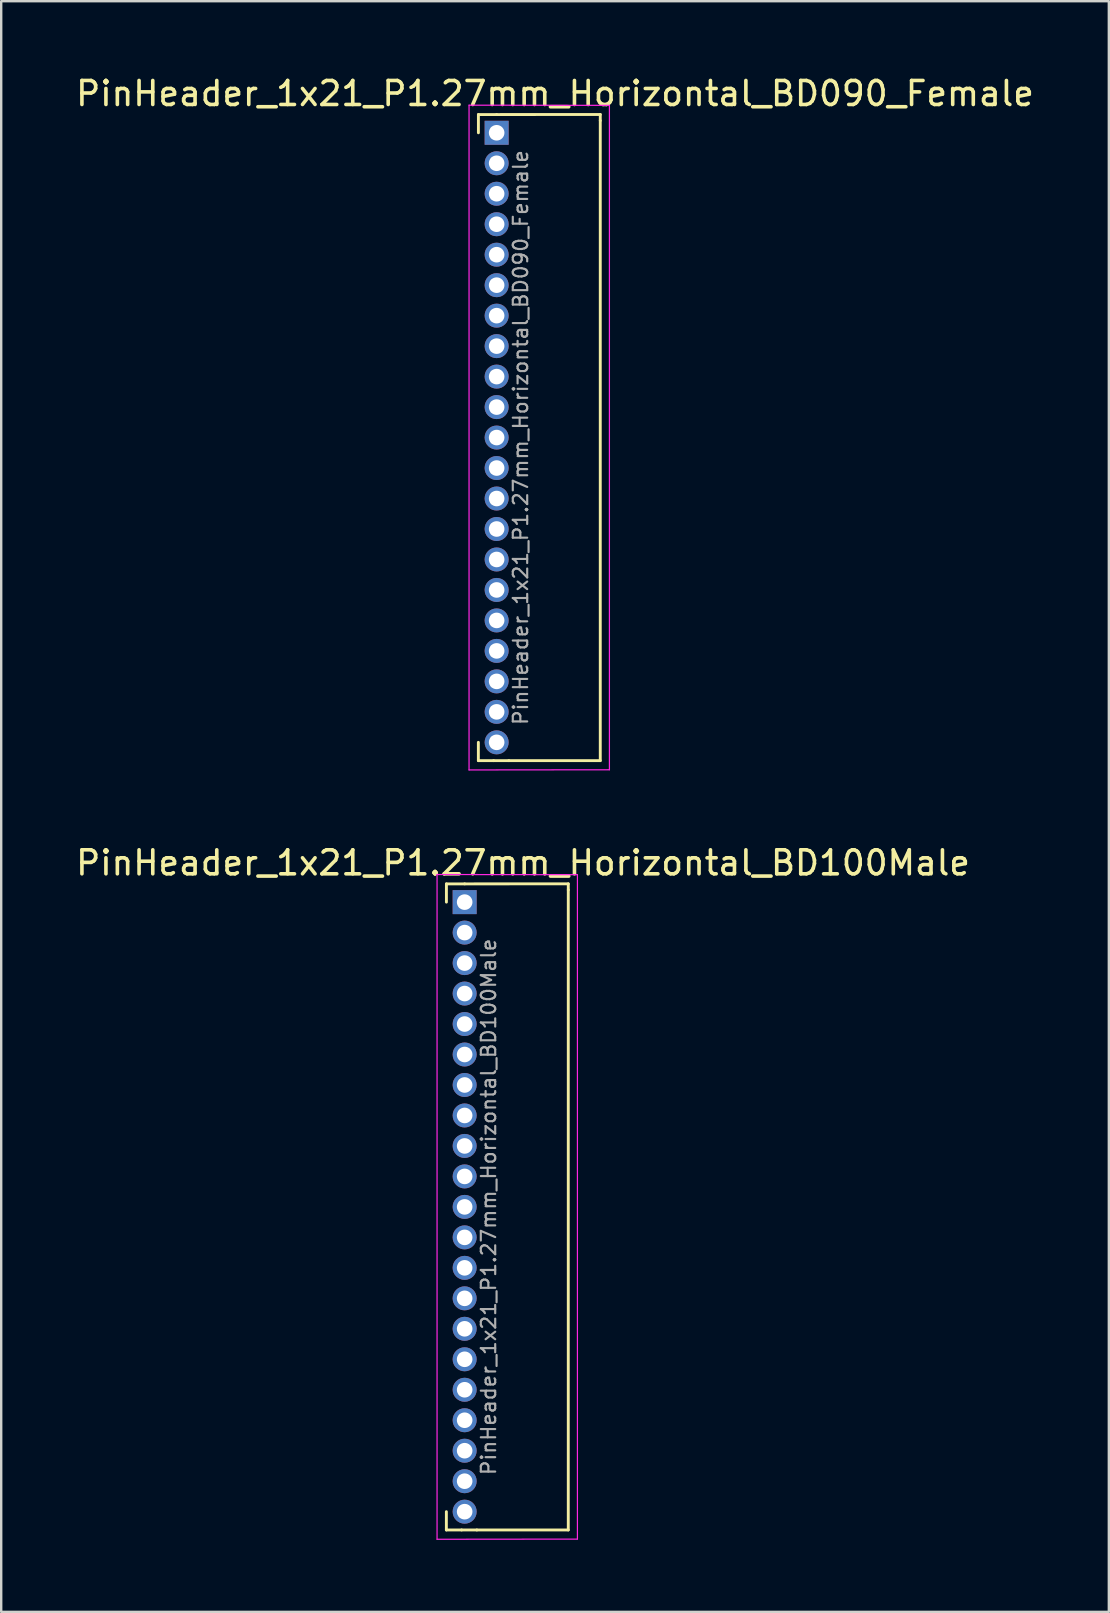
<source format=kicad_pcb>
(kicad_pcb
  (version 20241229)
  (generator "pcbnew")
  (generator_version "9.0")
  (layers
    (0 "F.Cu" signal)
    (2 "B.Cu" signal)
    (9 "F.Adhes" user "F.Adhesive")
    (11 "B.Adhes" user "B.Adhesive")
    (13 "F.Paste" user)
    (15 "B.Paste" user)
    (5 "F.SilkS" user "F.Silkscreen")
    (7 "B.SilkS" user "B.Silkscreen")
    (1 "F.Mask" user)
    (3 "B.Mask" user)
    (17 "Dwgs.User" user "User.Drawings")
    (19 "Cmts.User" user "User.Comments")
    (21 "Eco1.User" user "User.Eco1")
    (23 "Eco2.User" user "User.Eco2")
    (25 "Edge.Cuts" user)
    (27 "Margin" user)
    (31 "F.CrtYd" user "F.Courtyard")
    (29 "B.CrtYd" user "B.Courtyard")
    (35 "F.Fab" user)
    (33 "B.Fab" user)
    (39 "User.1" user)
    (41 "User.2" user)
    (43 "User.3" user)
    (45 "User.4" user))
  (footprint "PinHeader_1x21_P1.27mm_Horizontal_BD090_Female"
    (layer "F.Cu")
    (at 17.645 2.483)
    (property "Reference" "PinHeader_1x21_P1.27mm_Horizontal_BD090_Female" (at 2.433 -1.635 0) (layer "F.SilkS") (effects (font (size 1 1) (thickness 0.15))))
    (attr through_hole)
    (fp_line (start -0.762 26.162) (end -0.762 25.4) (stroke (width 0.12) (type solid)) (layer "F.SilkS"))
    (fp_line (start -0.76 -0.76) (end 0 -0.76) (stroke (width 0.12) (type solid)) (layer "F.SilkS"))
    (fp_line (start -0.76 0) (end -0.76 -0.76) (stroke (width 0.12) (type solid)) (layer "F.SilkS"))
    (fp_line (start -0.127 26.162) (end -0.762 26.162) (stroke (width 0.12) (type solid)) (layer "F.SilkS"))
    (fp_line (start 0 -0.76) (end 4.318 -0.762) (stroke (width 0.12) (type solid)) (layer "F.SilkS"))
    (fp_line (start 0.508 26.162) (end -0.127 26.162) (stroke (width 0.12) (type solid)) (layer "F.SilkS"))
    (fp_line (start 4.318 -0.762) (end 4.318 -0.508) (stroke (width 0.12) (type solid)) (layer "F.SilkS"))
    (fp_line (start 4.318 -0.508) (end 4.318 26.162) (stroke (width 0.12) (type solid)) (layer "F.SilkS"))
    (fp_line (start 4.318 26.162) (end 0.508 26.162) (stroke (width 0.12) (type solid)) (layer "F.SilkS"))
    (fp_line (start -1.15 -1.15) (end -1.15 26.55) (stroke (width 0.05) (type solid)) (layer "F.CrtYd"))
    (fp_line (start -1.15 26.55) (end 4.699 26.543) (stroke (width 0.05) (type solid)) (layer "F.CrtYd"))
    (fp_line (start 4.699 -1.143) (end -1.15 -1.15) (stroke (width 0.05) (type solid)) (layer "F.CrtYd"))
    (fp_line (start 4.699 -1.143) (end 4.699 26.543) (stroke (width 0.05) (type solid)) (layer "F.CrtYd"))
    (fp_line (start -0.2 -0.2) (end -0.2 0.2) (stroke (width 0.1) (type solid)) (layer "F.Fab"))
    (fp_line (start -0.2 1.07) (end -0.2 1.47) (stroke (width 0.1) (type solid)) (layer "F.Fab"))
    (fp_line (start -0.2 2.34) (end -0.2 2.74) (stroke (width 0.1) (type solid)) (layer "F.Fab"))
    (fp_line (start -0.2 3.61) (end -0.2 4.01) (stroke (width 0.1) (type solid)) (layer "F.Fab"))
    (fp_line (start -0.2 4.88) (end -0.2 5.28) (stroke (width 0.1) (type solid)) (layer "F.Fab"))
    (fp_line (start -0.2 6.15) (end -0.2 6.55) (stroke (width 0.1) (type solid)) (layer "F.Fab"))
    (fp_line (start -0.2 7.42) (end -0.2 7.82) (stroke (width 0.1) (type solid)) (layer "F.Fab"))
    (fp_line (start -0.2 8.69) (end -0.2 9.09) (stroke (width 0.1) (type solid)) (layer "F.Fab"))
    (fp_line (start -0.2 9.96) (end -0.2 10.36) (stroke (width 0.1) (type solid)) (layer "F.Fab"))
    (fp_line (start -0.2 11.23) (end -0.2 11.63) (stroke (width 0.1) (type solid)) (layer "F.Fab"))
    (fp_line (start -0.2 12.5) (end -0.2 12.9) (stroke (width 0.1) (type solid)) (layer "F.Fab"))
    (fp_line (start -0.2 13.77) (end -0.2 14.17) (stroke (width 0.1) (type solid)) (layer "F.Fab"))
    (fp_line (start -0.2 15.04) (end -0.2 15.44) (stroke (width 0.1) (type solid)) (layer "F.Fab"))
    (fp_line (start -0.2 16.31) (end -0.2 16.71) (stroke (width 0.1) (type solid)) (layer "F.Fab"))
    (fp_line (start -0.2 17.58) (end -0.2 17.98) (stroke (width 0.1) (type solid)) (layer "F.Fab"))
    (fp_line (start -0.2 18.85) (end -0.2 19.25) (stroke (width 0.1) (type solid)) (layer "F.Fab"))
    (fp_line (start -0.2 20.12) (end -0.2 20.52) (stroke (width 0.1) (type solid)) (layer "F.Fab"))
    (fp_line (start -0.2 21.39) (end -0.2 21.79) (stroke (width 0.1) (type solid)) (layer "F.Fab"))
    (fp_line (start -0.2 22.66) (end -0.2 23.06) (stroke (width 0.1) (type solid)) (layer "F.Fab"))
    (fp_line (start -0.2 23.93) (end -0.2 24.33) (stroke (width 0.1) (type solid)) (layer "F.Fab"))
    (fp_line (start -0.2 25.2) (end -0.2 25.6) (stroke (width 0.1) (type solid)) (layer "F.Fab"))
    (fp_text user "${REFERENCE}" (at 1 12.7 90) (layer "F.Fab") (effects (font (size 0.6 0.6) (thickness 0.09))))
    (pad "1" thru_hole rect (at 0 0) (size 1 1) (drill 0.65) (layers "*.Cu" "*.Mask"))
    (pad "2" thru_hole oval (at 0 1.27) (size 1 1) (drill 0.65) (layers "*.Cu" "*.Mask"))
    (pad "3" thru_hole oval (at 0 2.54) (size 1 1) (drill 0.65) (layers "*.Cu" "*.Mask"))
    (pad "4" thru_hole oval (at 0 3.81) (size 1 1) (drill 0.65) (layers "*.Cu" "*.Mask"))
    (pad "5" thru_hole oval (at 0 5.08) (size 1 1) (drill 0.65) (layers "*.Cu" "*.Mask"))
    (pad "6" thru_hole oval (at 0 6.35) (size 1 1) (drill 0.65) (layers "*.Cu" "*.Mask"))
    (pad "7" thru_hole oval (at 0 7.62) (size 1 1) (drill 0.65) (layers "*.Cu" "*.Mask"))
    (pad "8" thru_hole oval (at 0 8.89) (size 1 1) (drill 0.65) (layers "*.Cu" "*.Mask"))
    (pad "9" thru_hole oval (at 0 10.16) (size 1 1) (drill 0.65) (layers "*.Cu" "*.Mask"))
    (pad "10" thru_hole oval (at 0 11.43) (size 1 1) (drill 0.65) (layers "*.Cu" "*.Mask"))
    (pad "11" thru_hole oval (at 0 12.7) (size 1 1) (drill 0.65) (layers "*.Cu" "*.Mask"))
    (pad "12" thru_hole oval (at 0 13.97) (size 1 1) (drill 0.65) (layers "*.Cu" "*.Mask"))
    (pad "13" thru_hole oval (at 0 15.24) (size 1 1) (drill 0.65) (layers "*.Cu" "*.Mask"))
    (pad "14" thru_hole oval (at 0 16.51) (size 1 1) (drill 0.65) (layers "*.Cu" "*.Mask"))
    (pad "15" thru_hole oval (at 0 17.78) (size 1 1) (drill 0.65) (layers "*.Cu" "*.Mask"))
    (pad "16" thru_hole oval (at 0 19.05) (size 1 1) (drill 0.65) (layers "*.Cu" "*.Mask"))
    (pad "17" thru_hole oval (at 0 20.32) (size 1 1) (drill 0.65) (layers "*.Cu" "*.Mask"))
    (pad "18" thru_hole oval (at 0 21.59) (size 1 1) (drill 0.65) (layers "*.Cu" "*.Mask"))
    (pad "19" thru_hole oval (at 0 22.86) (size 1 1) (drill 0.65) (layers "*.Cu" "*.Mask"))
    (pad "20" thru_hole oval (at 0 24.13) (size 1 1) (drill 0.65) (layers "*.Cu" "*.Mask"))
    (pad "21" thru_hole oval (at 0 25.4) (size 1 1) (drill 0.65) (layers "*.Cu" "*.Mask")))
  (footprint "PinHeader_1x21_P1.27mm_Horizontal_BD100Male"
    (layer "F.Cu")
    (at 16.312 34.541)
    (property "Reference" "PinHeader_1x21_P1.27mm_Horizontal_BD100Male" (at 2.433 -1.635 0) (layer "F.SilkS") (effects (font (size 1 1) (thickness 0.15))))
    (attr through_hole)
    (fp_line (start -0.762 26.162) (end -0.762 25.4) (stroke (width 0.12) (type solid)) (layer "F.SilkS"))
    (fp_line (start -0.76 -0.76) (end 0 -0.76) (stroke (width 0.12) (type solid)) (layer "F.SilkS"))
    (fp_line (start -0.76 0) (end -0.76 -0.76) (stroke (width 0.12) (type solid)) (layer "F.SilkS"))
    (fp_line (start -0.127 26.162) (end -0.762 26.162) (stroke (width 0.12) (type solid)) (layer "F.SilkS"))
    (fp_line (start 0 -0.76) (end 4.318 -0.762) (stroke (width 0.12) (type solid)) (layer "F.SilkS"))
    (fp_line (start 0.508 26.162) (end -0.127 26.162) (stroke (width 0.12) (type solid)) (layer "F.SilkS"))
    (fp_line (start 4.318 -0.762) (end 4.318 -0.508) (stroke (width 0.12) (type solid)) (layer "F.SilkS"))
    (fp_line (start 4.318 -0.508) (end 4.318 26.162) (stroke (width 0.12) (type solid)) (layer "F.SilkS"))
    (fp_line (start 4.318 26.162) (end 0.508 26.162) (stroke (width 0.12) (type solid)) (layer "F.SilkS"))
    (fp_line (start -1.15 -1.15) (end -1.15 26.55) (stroke (width 0.05) (type solid)) (layer "F.CrtYd"))
    (fp_line (start -1.15 26.55) (end 4.699 26.543) (stroke (width 0.05) (type solid)) (layer "F.CrtYd"))
    (fp_line (start 4.699 -1.143) (end -1.15 -1.15) (stroke (width 0.05) (type solid)) (layer "F.CrtYd"))
    (fp_line (start 4.699 -1.143) (end 4.699 26.543) (stroke (width 0.05) (type solid)) (layer "F.CrtYd"))
    (fp_line (start -0.2 -0.2) (end -0.2 0.2) (stroke (width 0.1) (type solid)) (layer "F.Fab"))
    (fp_line (start -0.2 1.07) (end -0.2 1.47) (stroke (width 0.1) (type solid)) (layer "F.Fab"))
    (fp_line (start -0.2 2.34) (end -0.2 2.74) (stroke (width 0.1) (type solid)) (layer "F.Fab"))
    (fp_line (start -0.2 3.61) (end -0.2 4.01) (stroke (width 0.1) (type solid)) (layer "F.Fab"))
    (fp_line (start -0.2 4.88) (end -0.2 5.28) (stroke (width 0.1) (type solid)) (layer "F.Fab"))
    (fp_line (start -0.2 6.15) (end -0.2 6.55) (stroke (width 0.1) (type solid)) (layer "F.Fab"))
    (fp_line (start -0.2 7.42) (end -0.2 7.82) (stroke (width 0.1) (type solid)) (layer "F.Fab"))
    (fp_line (start -0.2 8.69) (end -0.2 9.09) (stroke (width 0.1) (type solid)) (layer "F.Fab"))
    (fp_line (start -0.2 9.96) (end -0.2 10.36) (stroke (width 0.1) (type solid)) (layer "F.Fab"))
    (fp_line (start -0.2 11.23) (end -0.2 11.63) (stroke (width 0.1) (type solid)) (layer "F.Fab"))
    (fp_line (start -0.2 12.5) (end -0.2 12.9) (stroke (width 0.1) (type solid)) (layer "F.Fab"))
    (fp_line (start -0.2 13.77) (end -0.2 14.17) (stroke (width 0.1) (type solid)) (layer "F.Fab"))
    (fp_line (start -0.2 15.04) (end -0.2 15.44) (stroke (width 0.1) (type solid)) (layer "F.Fab"))
    (fp_line (start -0.2 16.31) (end -0.2 16.71) (stroke (width 0.1) (type solid)) (layer "F.Fab"))
    (fp_line (start -0.2 17.58) (end -0.2 17.98) (stroke (width 0.1) (type solid)) (layer "F.Fab"))
    (fp_line (start -0.2 18.85) (end -0.2 19.25) (stroke (width 0.1) (type solid)) (layer "F.Fab"))
    (fp_line (start -0.2 20.12) (end -0.2 20.52) (stroke (width 0.1) (type solid)) (layer "F.Fab"))
    (fp_line (start -0.2 21.39) (end -0.2 21.79) (stroke (width 0.1) (type solid)) (layer "F.Fab"))
    (fp_line (start -0.2 22.66) (end -0.2 23.06) (stroke (width 0.1) (type solid)) (layer "F.Fab"))
    (fp_line (start -0.2 23.93) (end -0.2 24.33) (stroke (width 0.1) (type solid)) (layer "F.Fab"))
    (fp_line (start -0.2 25.2) (end -0.2 25.6) (stroke (width 0.1) (type solid)) (layer "F.Fab"))
    (fp_text user "${REFERENCE}" (at 1 12.7 90) (layer "F.Fab") (effects (font (size 0.6 0.6) (thickness 0.09))))
    (pad "1" thru_hole rect (at 0 0) (size 1 1) (drill 0.65) (layers "*.Cu" "*.Mask"))
    (pad "2" thru_hole oval (at 0 1.27) (size 1 1) (drill 0.65) (layers "*.Cu" "*.Mask"))
    (pad "3" thru_hole oval (at 0 2.54) (size 1 1) (drill 0.65) (layers "*.Cu" "*.Mask"))
    (pad "4" thru_hole oval (at 0 3.81) (size 1 1) (drill 0.65) (layers "*.Cu" "*.Mask"))
    (pad "5" thru_hole oval (at 0 5.08) (size 1 1) (drill 0.65) (layers "*.Cu" "*.Mask"))
    (pad "6" thru_hole oval (at 0 6.35) (size 1 1) (drill 0.65) (layers "*.Cu" "*.Mask"))
    (pad "7" thru_hole oval (at 0 7.62) (size 1 1) (drill 0.65) (layers "*.Cu" "*.Mask"))
    (pad "8" thru_hole oval (at 0 8.89) (size 1 1) (drill 0.65) (layers "*.Cu" "*.Mask"))
    (pad "9" thru_hole oval (at 0 10.16) (size 1 1) (drill 0.65) (layers "*.Cu" "*.Mask"))
    (pad "10" thru_hole oval (at 0 11.43) (size 1 1) (drill 0.65) (layers "*.Cu" "*.Mask"))
    (pad "11" thru_hole oval (at 0 12.7) (size 1 1) (drill 0.65) (layers "*.Cu" "*.Mask"))
    (pad "12" thru_hole oval (at 0 13.97) (size 1 1) (drill 0.65) (layers "*.Cu" "*.Mask"))
    (pad "13" thru_hole oval (at 0 15.24) (size 1 1) (drill 0.65) (layers "*.Cu" "*.Mask"))
    (pad "14" thru_hole oval (at 0 16.51) (size 1 1) (drill 0.65) (layers "*.Cu" "*.Mask"))
    (pad "15" thru_hole oval (at 0 17.78) (size 1 1) (drill 0.65) (layers "*.Cu" "*.Mask"))
    (pad "16" thru_hole oval (at 0 19.05) (size 1 1) (drill 0.65) (layers "*.Cu" "*.Mask"))
    (pad "17" thru_hole oval (at 0 20.32) (size 1 1) (drill 0.65) (layers "*.Cu" "*.Mask"))
    (pad "18" thru_hole oval (at 0 21.59) (size 1 1) (drill 0.65) (layers "*.Cu" "*.Mask"))
    (pad "19" thru_hole oval (at 0 22.86) (size 1 1) (drill 0.65) (layers "*.Cu" "*.Mask"))
    (pad "20" thru_hole oval (at 0 24.13) (size 1 1) (drill 0.65) (layers "*.Cu" "*.Mask"))
    (pad "21" thru_hole oval (at 0 25.4) (size 1 1) (drill 0.65) (layers "*.Cu" "*.Mask")))
  (gr_rect
    (start -3 -3)
    (end 43.155 64.117)
    (stroke (width 0.1) (type default))
    (fill no)
    (layer "Edge.Cuts")))
</source>
